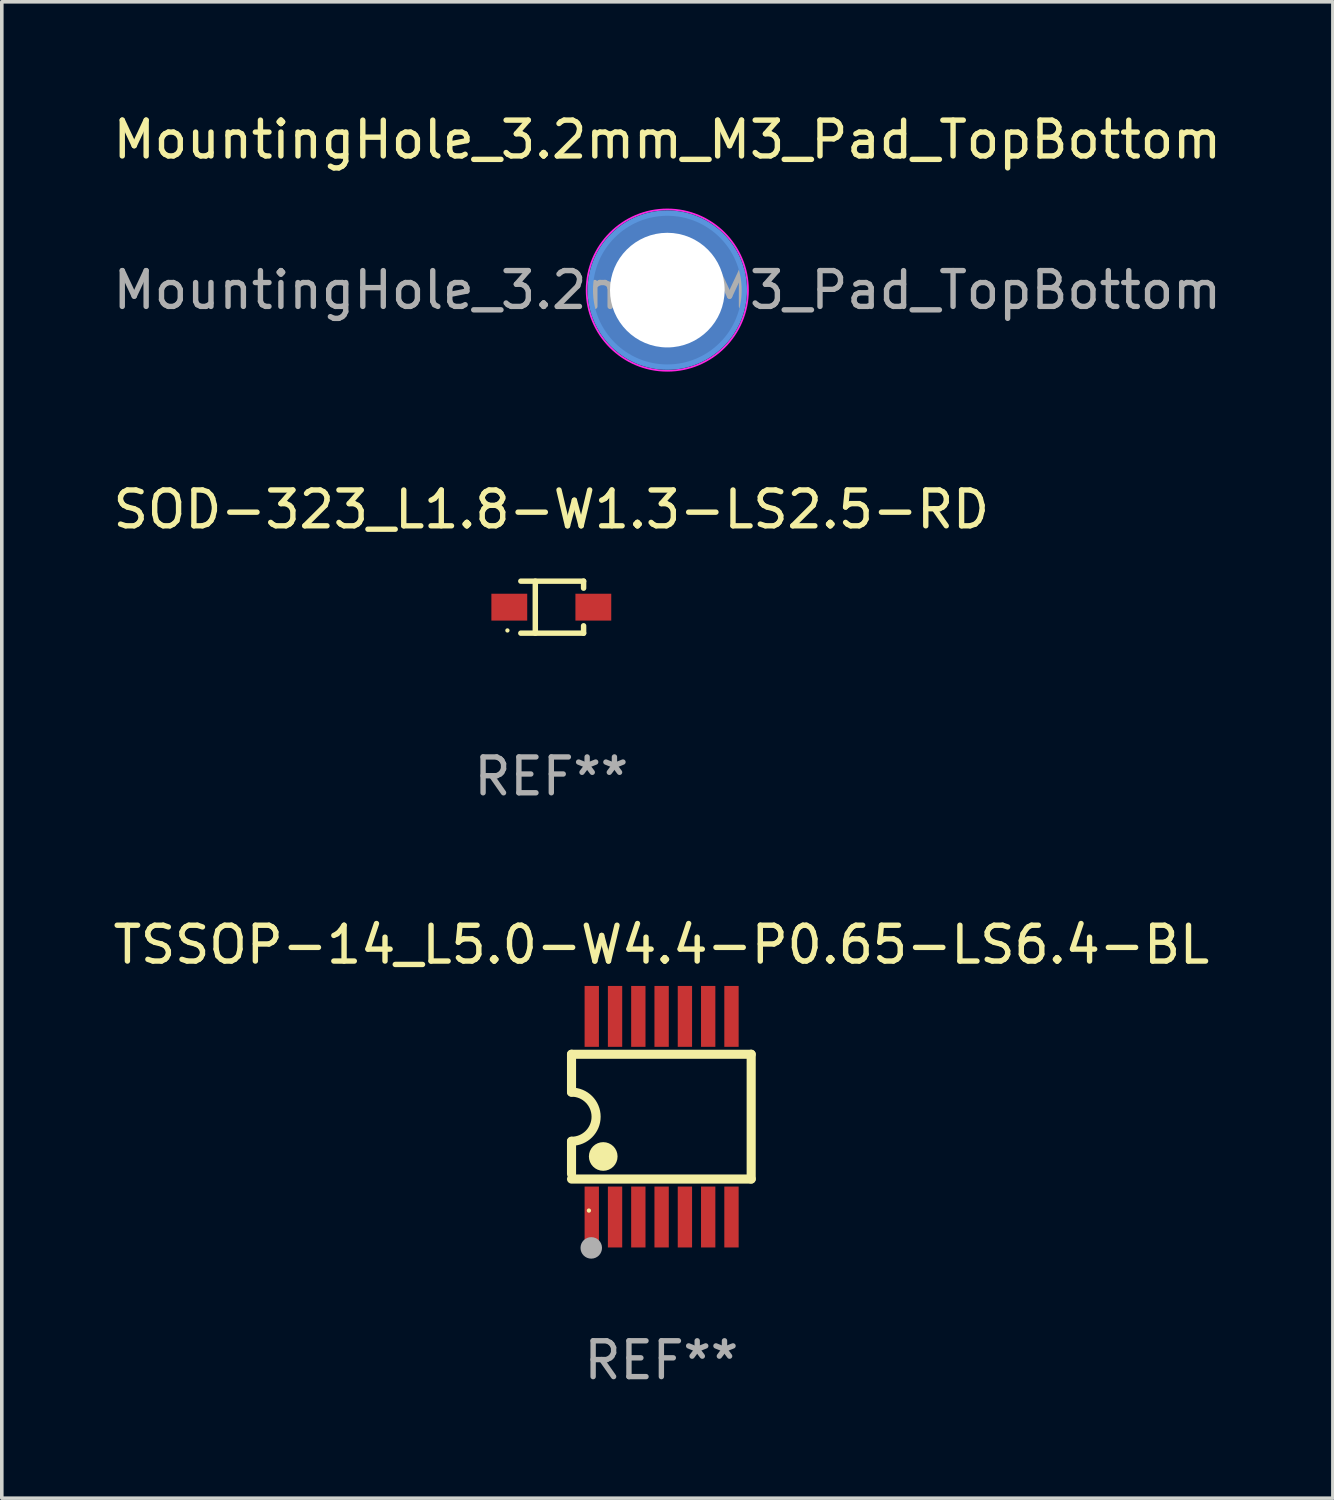
<source format=kicad_pcb>
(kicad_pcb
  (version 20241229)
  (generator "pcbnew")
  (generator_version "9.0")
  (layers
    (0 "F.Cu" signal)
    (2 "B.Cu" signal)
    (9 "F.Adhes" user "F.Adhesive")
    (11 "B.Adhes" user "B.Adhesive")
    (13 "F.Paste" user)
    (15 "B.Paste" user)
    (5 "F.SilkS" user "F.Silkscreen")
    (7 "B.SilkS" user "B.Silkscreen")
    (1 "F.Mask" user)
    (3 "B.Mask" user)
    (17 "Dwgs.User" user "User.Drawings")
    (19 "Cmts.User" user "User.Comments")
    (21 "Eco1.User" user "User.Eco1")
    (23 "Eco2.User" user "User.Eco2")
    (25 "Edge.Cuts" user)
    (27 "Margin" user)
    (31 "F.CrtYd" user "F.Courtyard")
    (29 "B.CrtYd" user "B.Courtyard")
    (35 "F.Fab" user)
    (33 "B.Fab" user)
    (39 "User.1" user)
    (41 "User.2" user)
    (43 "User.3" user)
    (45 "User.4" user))
  (footprint "MountingHole_3.2mm_M3_Pad_TopBottom"
    (layer "F.Cu")
    (at 15.577 5.048)
    (property "Reference" "MountingHole_3.2mm_M3_Pad_TopBottom" (at 0 -4.2 0) (layer "F.SilkS") (effects (font (size 1 1) (thickness 0.15))))
    (attr exclude_from_pos_files exclude_from_bom)
    (fp_circle (center 0 0) (end 2.15 0) (stroke (width 0.15) (type solid)) (fill no) (layer "Cmts.User"))
    (fp_circle (center 0 0) (end 2.25 0.05) (stroke (width 0.05) (type solid)) (fill no) (layer "F.CrtYd"))
    (fp_text user "${REFERENCE}" (at 0 0 0) (layer "F.Fab") (effects (font (size 1 1) (thickness 0.15))))
    (pad "1" thru_hole circle (at 0 0) (size 3.6 3.6) (drill 3.2) (layers "*.Cu" "*.Mask"))
    (pad "1" connect circle (at 0 0) (size 4.2 4.2) (layers "F.Cu" "F.Mask"))
    (pad "1" connect circle (at 0 0) (size 4.2 4.2) (layers "B.Cu" "B.Mask")))
  (footprint "TSSOP-14_L5.0-W4.4-P0.65-LS6.4-BL"
    (layer "F.Cu")
    (at 15.418 28.121)
    (property "Reference" "TSSOP-14_L5.0-W4.4-P0.65-LS6.4-BL" (at -0.007 -4.8 0) (layer "F.SilkS") (effects (font (size 1 1) (thickness 0.15))))
    (attr smd)
    (fp_line (start -2.515 -1.743) (end 2.5 -1.743) (stroke (width 0.254) (type solid)) (layer "F.SilkS"))
    (fp_line (start -2.515 -0.686) (end -2.515 -1.743) (stroke (width 0.254) (type solid)) (layer "F.SilkS"))
    (fp_line (start -2.515 1.6) (end -2.515 0.686) (stroke (width 0.254) (type solid)) (layer "F.SilkS"))
    (fp_line (start -2.515 1.74) (end 2.5 1.74) (stroke (width 0.254) (type solid)) (layer "F.SilkS"))
    (fp_line (start 2.5 -1.743) (end 2.5 1.74) (stroke (width 0.254) (type solid)) (layer "F.SilkS"))
    (fp_arc (start -2.514605 -0.685801) (mid -1.828804 0) (end -2.514605 0.685801) (stroke (width 0.254001) (type solid)) (layer "F.SilkS"))
    (fp_circle (center -2.03 2.62) (end -2 2.62) (stroke (width 0.06) (type solid)) (fill no) (layer "F.SilkS"))
    (fp_circle (center -1.63 1.11) (end -1.43 1.11) (stroke (width 0.4) (type solid)) (fill no) (layer "F.SilkS"))
    (fp_circle (center -1.964 3.662) (end -1.814 3.662) (stroke (width 0.3) (type solid)) (fill no) (layer "F.Fab"))
    (fp_text user "REF**" (at -0.007 6.8 0) (layer "F.Fab") (effects (font (size 1 1) (thickness 0.15))))
    (pad "1" smd rect (at -1.95 2.8) (size 0.4 1.7) (layers "F.Cu" "F.Mask" "F.Paste"))
    (pad "2" smd rect (at -1.3 2.8) (size 0.4 1.7) (layers "F.Cu" "F.Mask" "F.Paste"))
    (pad "3" smd rect (at -0.65 2.8) (size 0.4 1.7) (layers "F.Cu" "F.Mask" "F.Paste"))
    (pad "4" smd rect (at 0 2.8) (size 0.4 1.7) (layers "F.Cu" "F.Mask" "F.Paste"))
    (pad "5" smd rect (at 0.65 2.8) (size 0.4 1.7) (layers "F.Cu" "F.Mask" "F.Paste"))
    (pad "6" smd rect (at 1.3 2.8) (size 0.4 1.7) (layers "F.Cu" "F.Mask" "F.Paste"))
    (pad "7" smd rect (at 1.95 2.8) (size 0.4 1.7) (layers "F.Cu" "F.Mask" "F.Paste"))
    (pad "8" smd rect (at 1.95 -2.8) (size 0.4 1.7) (layers "F.Cu" "F.Mask" "F.Paste"))
    (pad "9" smd rect (at 1.3 -2.8) (size 0.4 1.7) (layers "F.Cu" "F.Mask" "F.Paste"))
    (pad "10" smd rect (at 0.65 -2.8) (size 0.4 1.7) (layers "F.Cu" "F.Mask" "F.Paste"))
    (pad "11" smd rect (at 0 -2.8) (size 0.4 1.7) (layers "F.Cu" "F.Mask" "F.Paste"))
    (pad "12" smd rect (at -0.65 -2.8) (size 0.4 1.7) (layers "F.Cu" "F.Mask" "F.Paste"))
    (pad "13" smd rect (at -1.3 -2.8) (size 0.4 1.7) (layers "F.Cu" "F.Mask" "F.Paste"))
    (pad "14" smd rect (at -1.95 -2.8) (size 0.4 1.7) (layers "F.Cu" "F.Mask" "F.Paste")))
  (footprint "SOD-323_L1.8-W1.3-LS2.5-RD"
    (layer "F.Cu")
    (at 12.339 13.898)
    (property "Reference" "SOD-323_L1.8-W1.3-LS2.5-RD" (at 0 -2.726 0) (layer "F.SilkS") (effects (font (size 1 1) (thickness 0.15))))
    (attr smd)
    (fp_line (start -0.851 -0.726) (end 0.901 -0.726) (stroke (width 0.152) (type solid)) (layer "F.SilkS"))
    (fp_line (start -0.851 0.726) (end 0.901 0.726) (stroke (width 0.152) (type solid)) (layer "F.SilkS"))
    (fp_line (start -0.447 -0.726) (end -0.447 0.726) (stroke (width 0.152) (type solid)) (layer "F.SilkS"))
    (fp_line (start 0.901 -0.726) (end 0.901 -0.53) (stroke (width 0.152) (type solid)) (layer "F.SilkS"))
    (fp_line (start 0.901 0.726) (end 0.901 0.52) (stroke (width 0.152) (type solid)) (layer "F.SilkS"))
    (fp_circle (center -1.225 0.65) (end -1.195 0.65) (stroke (width 0.06) (type solid)) (fill no) (layer "F.SilkS"))
    (fp_text user "REF**" (at 0 4.726 0) (layer "F.Fab") (effects (font (size 1 1) (thickness 0.15))))
    (pad "1" smd rect (at -1.173 0) (size 1 0.75) (layers "F.Cu" "F.Mask" "F.Paste"))
    (pad "2" smd rect (at 1.173 0) (size 1 0.75) (layers "F.Cu" "F.Mask" "F.Paste")))
  (gr_rect
    (start -3 -3)
    (end 34.155 38.769)
    (stroke (width 0.1) (type default))
    (fill no)
    (layer "Edge.Cuts")))
</source>
